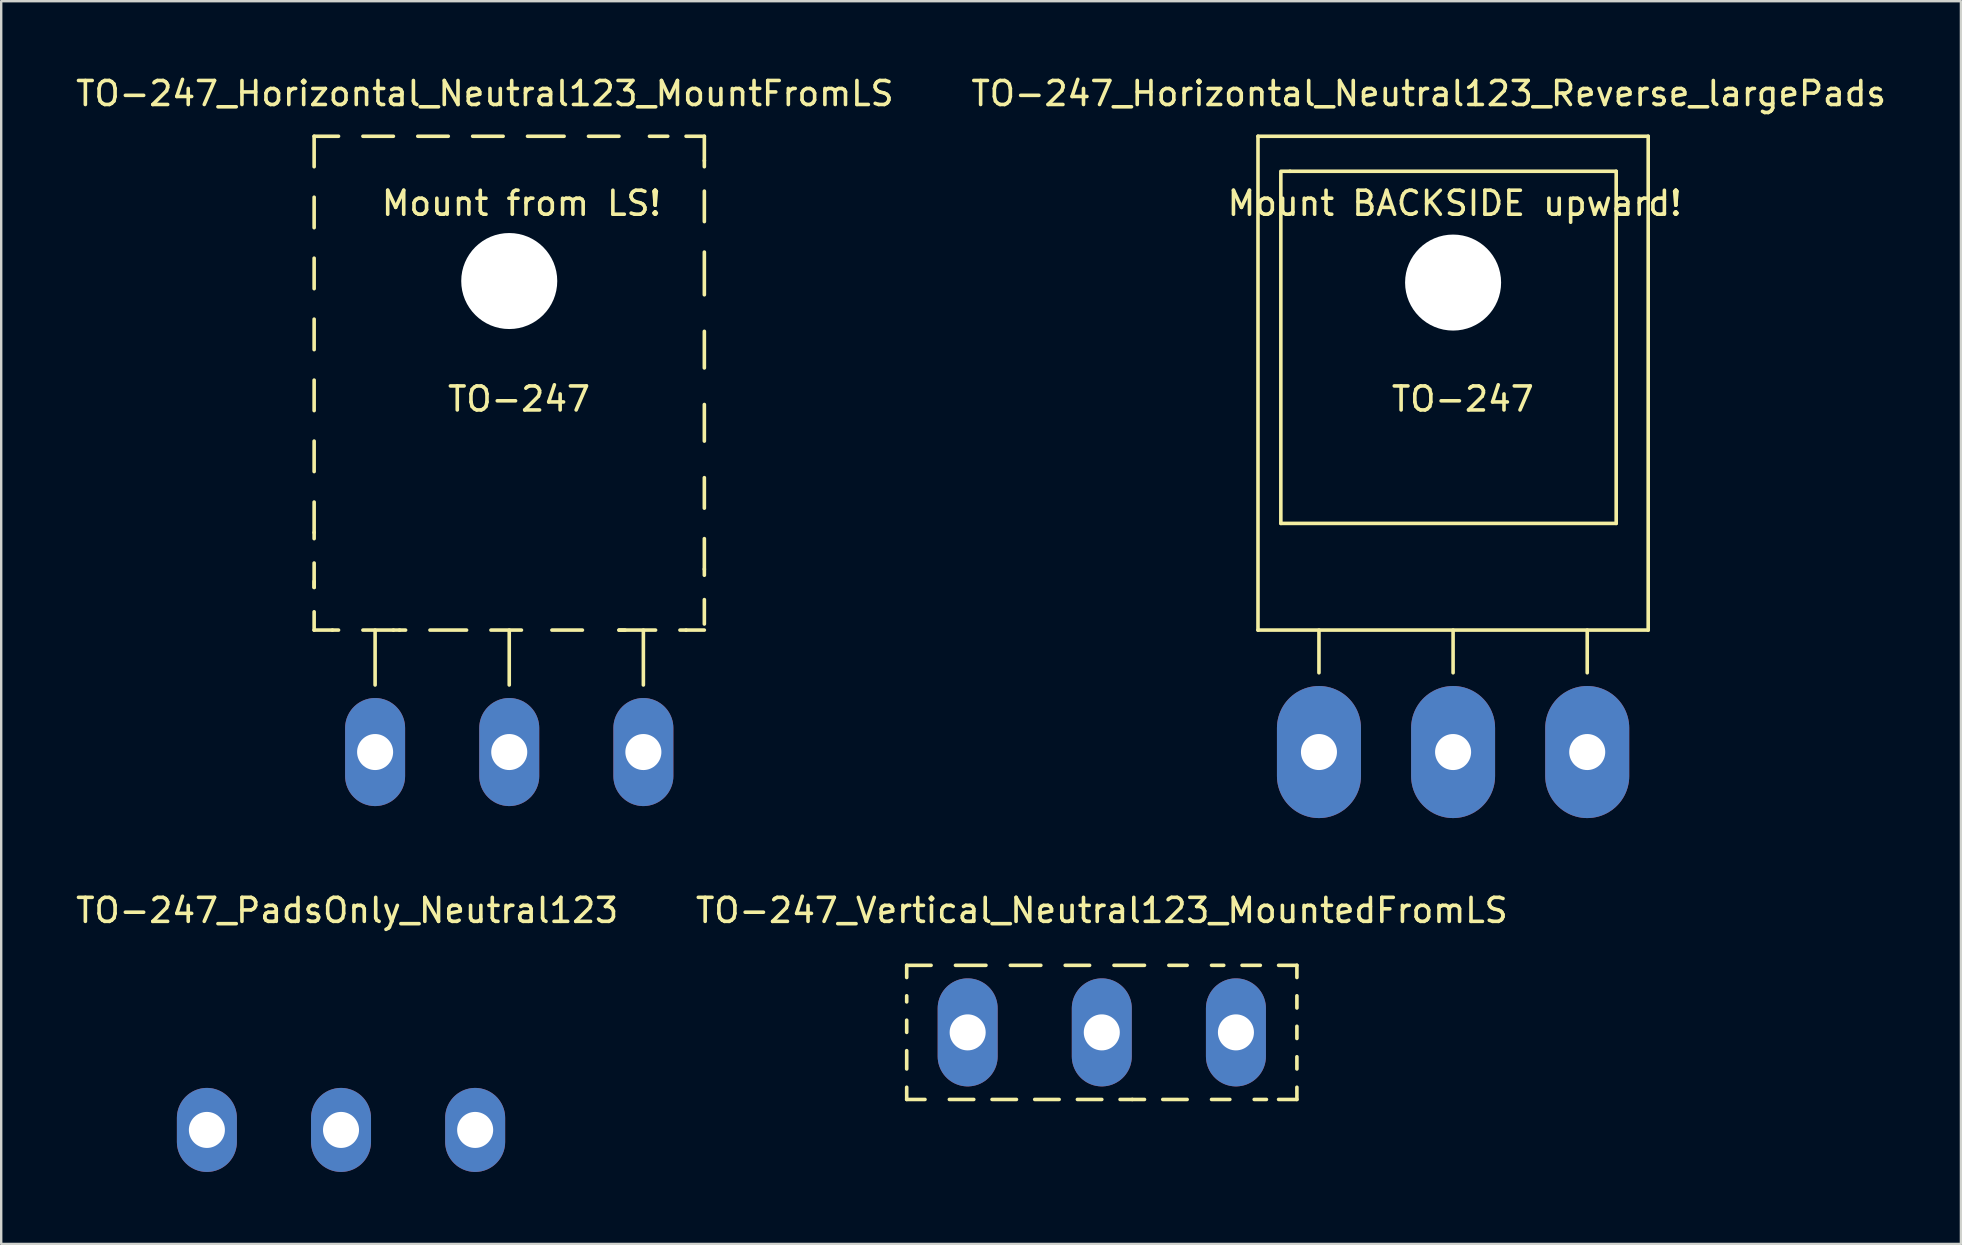
<source format=kicad_pcb>
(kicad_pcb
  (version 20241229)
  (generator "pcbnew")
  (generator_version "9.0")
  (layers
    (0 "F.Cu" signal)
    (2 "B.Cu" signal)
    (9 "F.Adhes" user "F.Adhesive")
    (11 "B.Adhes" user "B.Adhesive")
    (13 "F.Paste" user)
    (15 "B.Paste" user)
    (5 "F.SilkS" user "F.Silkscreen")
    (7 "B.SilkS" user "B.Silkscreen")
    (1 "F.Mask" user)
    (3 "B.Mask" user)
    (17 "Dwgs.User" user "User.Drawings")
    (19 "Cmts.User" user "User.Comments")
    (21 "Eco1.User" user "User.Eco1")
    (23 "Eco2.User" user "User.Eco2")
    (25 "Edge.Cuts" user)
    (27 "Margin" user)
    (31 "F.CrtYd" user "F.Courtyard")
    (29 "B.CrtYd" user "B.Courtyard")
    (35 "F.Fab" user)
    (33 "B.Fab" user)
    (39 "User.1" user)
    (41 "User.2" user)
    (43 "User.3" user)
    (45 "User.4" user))
  (footprint "TO-247_PadsOnly_Neutral123"
    (layer "F.Cu")
    (at 11.157 44.023)
    (property "Reference" "TO-247_PadsOnly_Neutral123" (at 0.254 -9.144 0) (layer "F.SilkS") (effects (font (size 1 1) (thickness 0.15))))
    (attr through_hole)
    (pad "1" thru_hole oval (at -5.588 0 90) (size 3.5 2.499) (drill 1.501) (layers "*.Cu" "*.Mask"))
    (pad "2" thru_hole oval (at 0 0 90) (size 3.5 2.499) (drill 1.501) (layers "*.Cu" "*.Mask"))
    (pad "3" thru_hole oval (at 5.588 0 90) (size 3.5 2.499) (drill 1.501) (layers "*.Cu" "*.Mask")))
  (footprint "TO-247_Horizontal_Neutral123_MountFromLS"
    (layer "F.Cu")
    (at 18.165 28.28)
    (property "Reference" "TO-247_Horizontal_Neutral123_MountFromLS" (at -1.016 -27.432 0) (layer "F.SilkS") (effects (font (size 1 1) (thickness 0.15))))
    (attr through_hole)
    (fp_line (start -8.128 -25.654) (end -8.128 -24.384) (stroke (width 0.15) (type solid)) (layer "F.SilkS"))
    (fp_line (start -8.128 -25.654) (end -7.112 -25.654) (stroke (width 0.15) (type solid)) (layer "F.SilkS"))
    (fp_line (start -8.128 -23.114) (end -8.128 -21.844) (stroke (width 0.15) (type solid)) (layer "F.SilkS"))
    (fp_line (start -8.128 -20.574) (end -8.128 -19.304) (stroke (width 0.15) (type solid)) (layer "F.SilkS"))
    (fp_line (start -8.128 -18.034) (end -8.128 -16.764) (stroke (width 0.15) (type solid)) (layer "F.SilkS"))
    (fp_line (start -8.128 -15.494) (end -8.128 -14.224) (stroke (width 0.15) (type solid)) (layer "F.SilkS"))
    (fp_line (start -8.128 -12.954) (end -8.128 -11.684) (stroke (width 0.15) (type solid)) (layer "F.SilkS"))
    (fp_line (start -8.128 -10.414) (end -8.128 -9.144) (stroke (width 0.15) (type solid)) (layer "F.SilkS"))
    (fp_line (start -8.128 -9.144) (end -8.128 -8.89) (stroke (width 0.15) (type solid)) (layer "F.SilkS"))
    (fp_line (start -8.128 -7.874) (end -8.128 -6.858) (stroke (width 0.15) (type solid)) (layer "F.SilkS"))
    (fp_line (start -8.128 -6.858) (end -8.128 -7.112) (stroke (width 0.15) (type solid)) (layer "F.SilkS"))
    (fp_line (start -8.128 -5.842) (end -8.128 -5.08) (stroke (width 0.15) (type solid)) (layer "F.SilkS"))
    (fp_line (start -8.128 -5.08) (end -7.366 -5.08) (stroke (width 0.15) (type solid)) (layer "F.SilkS"))
    (fp_line (start -7.366 -5.08) (end -7.112 -5.08) (stroke (width 0.15) (type solid)) (layer "F.SilkS"))
    (fp_line (start -6.096 -25.654) (end -4.826 -25.654) (stroke (width 0.15) (type solid)) (layer "F.SilkS"))
    (fp_line (start -6.096 -5.08) (end -4.826 -5.08) (stroke (width 0.15) (type solid)) (layer "F.SilkS"))
    (fp_line (start -5.588 -2.794) (end -5.588 -5.08) (stroke (width 0.15) (type solid)) (layer "F.SilkS"))
    (fp_line (start -4.826 -5.08) (end -4.572 -5.08) (stroke (width 0.15) (type solid)) (layer "F.SilkS"))
    (fp_line (start -4.572 -5.08) (end -4.318 -5.08) (stroke (width 0.15) (type solid)) (layer "F.SilkS"))
    (fp_line (start -3.81 -25.654) (end -2.54 -25.654) (stroke (width 0.15) (type solid)) (layer "F.SilkS"))
    (fp_line (start -3.302 -5.08) (end -1.778 -5.08) (stroke (width 0.15) (type solid)) (layer "F.SilkS"))
    (fp_line (start -1.524 -25.654) (end -0.254 -25.654) (stroke (width 0.15) (type solid)) (layer "F.SilkS"))
    (fp_line (start -0.762 -5.08) (end 0.508 -5.08) (stroke (width 0.15) (type solid)) (layer "F.SilkS"))
    (fp_line (start 0 -2.794) (end 0 -5.08) (stroke (width 0.15) (type solid)) (layer "F.SilkS"))
    (fp_line (start 0.762 -25.654) (end 2.286 -25.654) (stroke (width 0.15) (type solid)) (layer "F.SilkS"))
    (fp_line (start 1.778 -5.08) (end 3.048 -5.08) (stroke (width 0.15) (type solid)) (layer "F.SilkS"))
    (fp_line (start 3.302 -25.654) (end 4.572 -25.654) (stroke (width 0.15) (type solid)) (layer "F.SilkS"))
    (fp_line (start 4.572 -5.08) (end 4.826 -5.08) (stroke (width 0.15) (type solid)) (layer "F.SilkS"))
    (fp_line (start 5.588 -2.794) (end 5.588 -5.08) (stroke (width 0.15) (type solid)) (layer "F.SilkS"))
    (fp_line (start 5.842 -25.654) (end 6.604 -25.654) (stroke (width 0.15) (type solid)) (layer "F.SilkS"))
    (fp_line (start 6.096 -5.08) (end 4.572 -5.08) (stroke (width 0.15) (type solid)) (layer "F.SilkS"))
    (fp_line (start 7.366 -25.654) (end 8.128 -25.654) (stroke (width 0.15) (type solid)) (layer "F.SilkS"))
    (fp_line (start 7.366 -5.08) (end 7.112 -5.08) (stroke (width 0.15) (type solid)) (layer "F.SilkS"))
    (fp_line (start 8.128 -25.654) (end 8.128 -24.638) (stroke (width 0.15) (type solid)) (layer "F.SilkS"))
    (fp_line (start 8.128 -24.638) (end 8.128 -24.384) (stroke (width 0.15) (type solid)) (layer "F.SilkS"))
    (fp_line (start 8.128 -23.368) (end 8.128 -22.098) (stroke (width 0.15) (type solid)) (layer "F.SilkS"))
    (fp_line (start 8.128 -20.828) (end 8.128 -19.05) (stroke (width 0.15) (type solid)) (layer "F.SilkS"))
    (fp_line (start 8.128 -17.526) (end 8.128 -16.002) (stroke (width 0.15) (type solid)) (layer "F.SilkS"))
    (fp_line (start 8.128 -14.478) (end 8.128 -12.954) (stroke (width 0.15) (type solid)) (layer "F.SilkS"))
    (fp_line (start 8.128 -11.43) (end 8.128 -10.16) (stroke (width 0.15) (type solid)) (layer "F.SilkS"))
    (fp_line (start 8.128 -8.89) (end 8.128 -7.62) (stroke (width 0.15) (type solid)) (layer "F.SilkS"))
    (fp_line (start 8.128 -7.62) (end 8.128 -7.366) (stroke (width 0.15) (type solid)) (layer "F.SilkS"))
    (fp_line (start 8.128 -6.35) (end 8.128 -5.334) (stroke (width 0.15) (type solid)) (layer "F.SilkS"))
    (fp_line (start 8.128 -5.08) (end 7.366 -5.08) (stroke (width 0.15) (type solid)) (layer "F.SilkS"))
    (fp_circle (center 0 -19.558) (end 1.778 -19.558) (stroke (width 0.15) (type solid)) (fill no) (layer "F.SilkS"))
    (fp_text user "Mount from LS!" (at 0.508 -22.86 0) (layer "F.SilkS") (effects (font (size 1 1) (thickness 0.15))))
    (fp_text user "TO-247" (at 0.406 -14.707 0) (layer "F.SilkS") (effects (font (size 1 1) (thickness 0.15))))
    (pad "" np_thru_hole circle (at 0 -19.622) (size 4 4) (drill 4) (layers "*.Cu" "*.Mask"))
    (pad "1" thru_hole oval (at 5.588 0 90) (size 4.501 2.499) (drill 1.501) (layers "*.Cu" "*.Mask"))
    (pad "2" thru_hole oval (at 0 0 90) (size 4.501 2.499) (drill 1.501) (layers "*.Cu" "*.Mask"))
    (pad "3" thru_hole oval (at -5.588 0 90) (size 4.501 2.499) (drill 1.501) (layers "*.Cu" "*.Mask")))
  (footprint "TO-247_Horizontal_Neutral123_Reverse_largePads"
    (layer "F.Cu")
    (at 57.486 28.28)
    (property "Reference" "TO-247_Horizontal_Neutral123_Reverse_largePads" (at -1.016 -27.432 0) (layer "F.SilkS") (effects (font (size 1 1) (thickness 0.15))))
    (attr through_hole)
    (fp_line (start -8.128 -25.654) (end -8.128 -5.08) (stroke (width 0.15) (type solid)) (layer "F.SilkS"))
    (fp_line (start -8.128 -5.08) (end 8.128 -5.08) (stroke (width 0.15) (type solid)) (layer "F.SilkS"))
    (fp_line (start -7.176 -9.525) (end -7.176 -24.13) (stroke (width 0.15) (type solid)) (layer "F.SilkS"))
    (fp_line (start -6.795 -24.194) (end -7.176 -24.194) (stroke (width 0.15) (type solid)) (layer "F.SilkS"))
    (fp_line (start -6.795 -24.194) (end 6.795 -24.194) (stroke (width 0.15) (type solid)) (layer "F.SilkS"))
    (fp_line (start -5.588 -3.302) (end -5.588 -5.08) (stroke (width 0.15) (type solid)) (layer "F.SilkS"))
    (fp_line (start 0 -5.08) (end 0 -3.302) (stroke (width 0.15) (type solid)) (layer "F.SilkS"))
    (fp_line (start 5.588 -5.08) (end 5.588 -3.302) (stroke (width 0.15) (type solid)) (layer "F.SilkS"))
    (fp_line (start 6.795 -24.194) (end 6.795 -9.525) (stroke (width 0.15) (type solid)) (layer "F.SilkS"))
    (fp_line (start 6.795 -9.525) (end -7.176 -9.525) (stroke (width 0.15) (type solid)) (layer "F.SilkS"))
    (fp_line (start 8.128 -25.654) (end -8.128 -25.654) (stroke (width 0.15) (type solid)) (layer "F.SilkS"))
    (fp_line (start 8.128 -25.654) (end 8.128 -5.08) (stroke (width 0.15) (type solid)) (layer "F.SilkS"))
    (fp_circle (center 0 -19.558) (end 1.778 -19.558) (stroke (width 0.15) (type solid)) (fill no) (layer "F.SilkS"))
    (fp_text user "TO-247" (at 0.406 -14.707 0) (layer "F.SilkS") (effects (font (size 1 1) (thickness 0.15))))
    (fp_text user "Mount BACKSIDE upward!" (at 0.064 -22.86 0) (layer "F.SilkS") (effects (font (size 1 1) (thickness 0.15))))
    (pad "" np_thru_hole circle (at 0 -19.558) (size 4 4) (drill 4) (layers "*.Cu" "*.Mask"))
    (pad "1" thru_hole oval (at 5.588 0 90) (size 5.502 3.5) (drill 1.501) (layers "*.Cu" "*.Mask"))
    (pad "2" thru_hole oval (at 0 0 90) (size 5.502 3.498) (drill 1.501) (layers "*.Cu" "*.Mask"))
    (pad "3" thru_hole oval (at -5.588 0 90) (size 5.502 3.5) (drill 1.501) (layers "*.Cu" "*.Mask")))
  (footprint "TO-247_Vertical_Neutral123_MountedFromLS"
    (layer "F.Cu")
    (at 42.851 39.959)
    (property "Reference" "TO-247_Vertical_Neutral123_MountedFromLS" (at 0 -5.08 0) (layer "F.SilkS") (effects (font (size 1 1) (thickness 0.15))))
    (attr through_hole)
    (fp_line (start -8.128 -2.794) (end -8.128 -2.286) (stroke (width 0.15) (type solid)) (layer "F.SilkS"))
    (fp_line (start -8.128 -2.794) (end -7.112 -2.794) (stroke (width 0.15) (type solid)) (layer "F.SilkS"))
    (fp_line (start -8.128 -1.27) (end -8.128 -1.524) (stroke (width 0.15) (type solid)) (layer "F.SilkS"))
    (fp_line (start -8.128 0) (end -8.128 -0.508) (stroke (width 0.15) (type solid)) (layer "F.SilkS"))
    (fp_line (start -8.128 1.524) (end -8.128 0.762) (stroke (width 0.15) (type solid)) (layer "F.SilkS"))
    (fp_line (start -8.128 2.794) (end -8.128 2.286) (stroke (width 0.15) (type solid)) (layer "F.SilkS"))
    (fp_line (start -8.128 2.794) (end -7.366 2.794) (stroke (width 0.15) (type solid)) (layer "F.SilkS"))
    (fp_line (start -6.35 2.794) (end -5.334 2.794) (stroke (width 0.15) (type solid)) (layer "F.SilkS"))
    (fp_line (start -6.096 -2.794) (end -4.826 -2.794) (stroke (width 0.15) (type solid)) (layer "F.SilkS"))
    (fp_line (start -4.572 2.794) (end -3.556 2.794) (stroke (width 0.15) (type solid)) (layer "F.SilkS"))
    (fp_line (start -3.81 -2.794) (end -2.54 -2.794) (stroke (width 0.15) (type solid)) (layer "F.SilkS"))
    (fp_line (start -2.794 2.794) (end -1.778 2.794) (stroke (width 0.15) (type solid)) (layer "F.SilkS"))
    (fp_line (start -1.524 -2.794) (end -0.508 -2.794) (stroke (width 0.15) (type solid)) (layer "F.SilkS"))
    (fp_line (start -1.016 2.794) (end 0 2.794) (stroke (width 0.15) (type solid)) (layer "F.SilkS"))
    (fp_line (start 0.508 -2.794) (end 1.778 -2.794) (stroke (width 0.15) (type solid)) (layer "F.SilkS"))
    (fp_line (start 1.27 2.794) (end 0.762 2.794) (stroke (width 0.15) (type solid)) (layer "F.SilkS"))
    (fp_line (start 1.27 2.794) (end 1.778 2.794) (stroke (width 0.15) (type solid)) (layer "F.SilkS"))
    (fp_line (start 2.54 2.794) (end 3.556 2.794) (stroke (width 0.15) (type solid)) (layer "F.SilkS"))
    (fp_line (start 2.794 -2.794) (end 3.556 -2.794) (stroke (width 0.15) (type solid)) (layer "F.SilkS"))
    (fp_line (start 4.572 2.794) (end 5.334 2.794) (stroke (width 0.15) (type solid)) (layer "F.SilkS"))
    (fp_line (start 5.08 -2.794) (end 4.572 -2.794) (stroke (width 0.15) (type solid)) (layer "F.SilkS"))
    (fp_line (start 6.35 2.794) (end 6.858 2.794) (stroke (width 0.15) (type solid)) (layer "F.SilkS"))
    (fp_line (start 6.604 -2.794) (end 5.842 -2.794) (stroke (width 0.15) (type solid)) (layer "F.SilkS"))
    (fp_line (start 7.366 2.794) (end 8.128 2.794) (stroke (width 0.15) (type solid)) (layer "F.SilkS"))
    (fp_line (start 8.128 -2.794) (end 7.366 -2.794) (stroke (width 0.15) (type solid)) (layer "F.SilkS"))
    (fp_line (start 8.128 -2.794) (end 8.128 -2.286) (stroke (width 0.15) (type solid)) (layer "F.SilkS"))
    (fp_line (start 8.128 -1.524) (end 8.128 -1.016) (stroke (width 0.15) (type solid)) (layer "F.SilkS"))
    (fp_line (start 8.128 -0.254) (end 8.128 0.254) (stroke (width 0.15) (type solid)) (layer "F.SilkS"))
    (fp_line (start 8.128 1.016) (end 8.128 1.524) (stroke (width 0.15) (type solid)) (layer "F.SilkS"))
    (fp_line (start 8.128 2.794) (end 8.128 2.286) (stroke (width 0.15) (type solid)) (layer "F.SilkS"))
    (pad "1" thru_hole oval (at 5.588 0 90) (size 4.501 2.499) (drill 1.501) (layers "*.Cu" "*.Mask"))
    (pad "2" thru_hole oval (at 0 0 90) (size 4.501 2.499) (drill 1.501) (layers "*.Cu" "*.Mask"))
    (pad "3" thru_hole oval (at -5.588 0 90) (size 4.501 2.499) (drill 1.501) (layers "*.Cu" "*.Mask")))
  (gr_rect
    (start -3 -3)
    (end 78.643 48.773)
    (stroke (width 0.1) (type default))
    (fill no)
    (layer "Edge.Cuts")))
</source>
